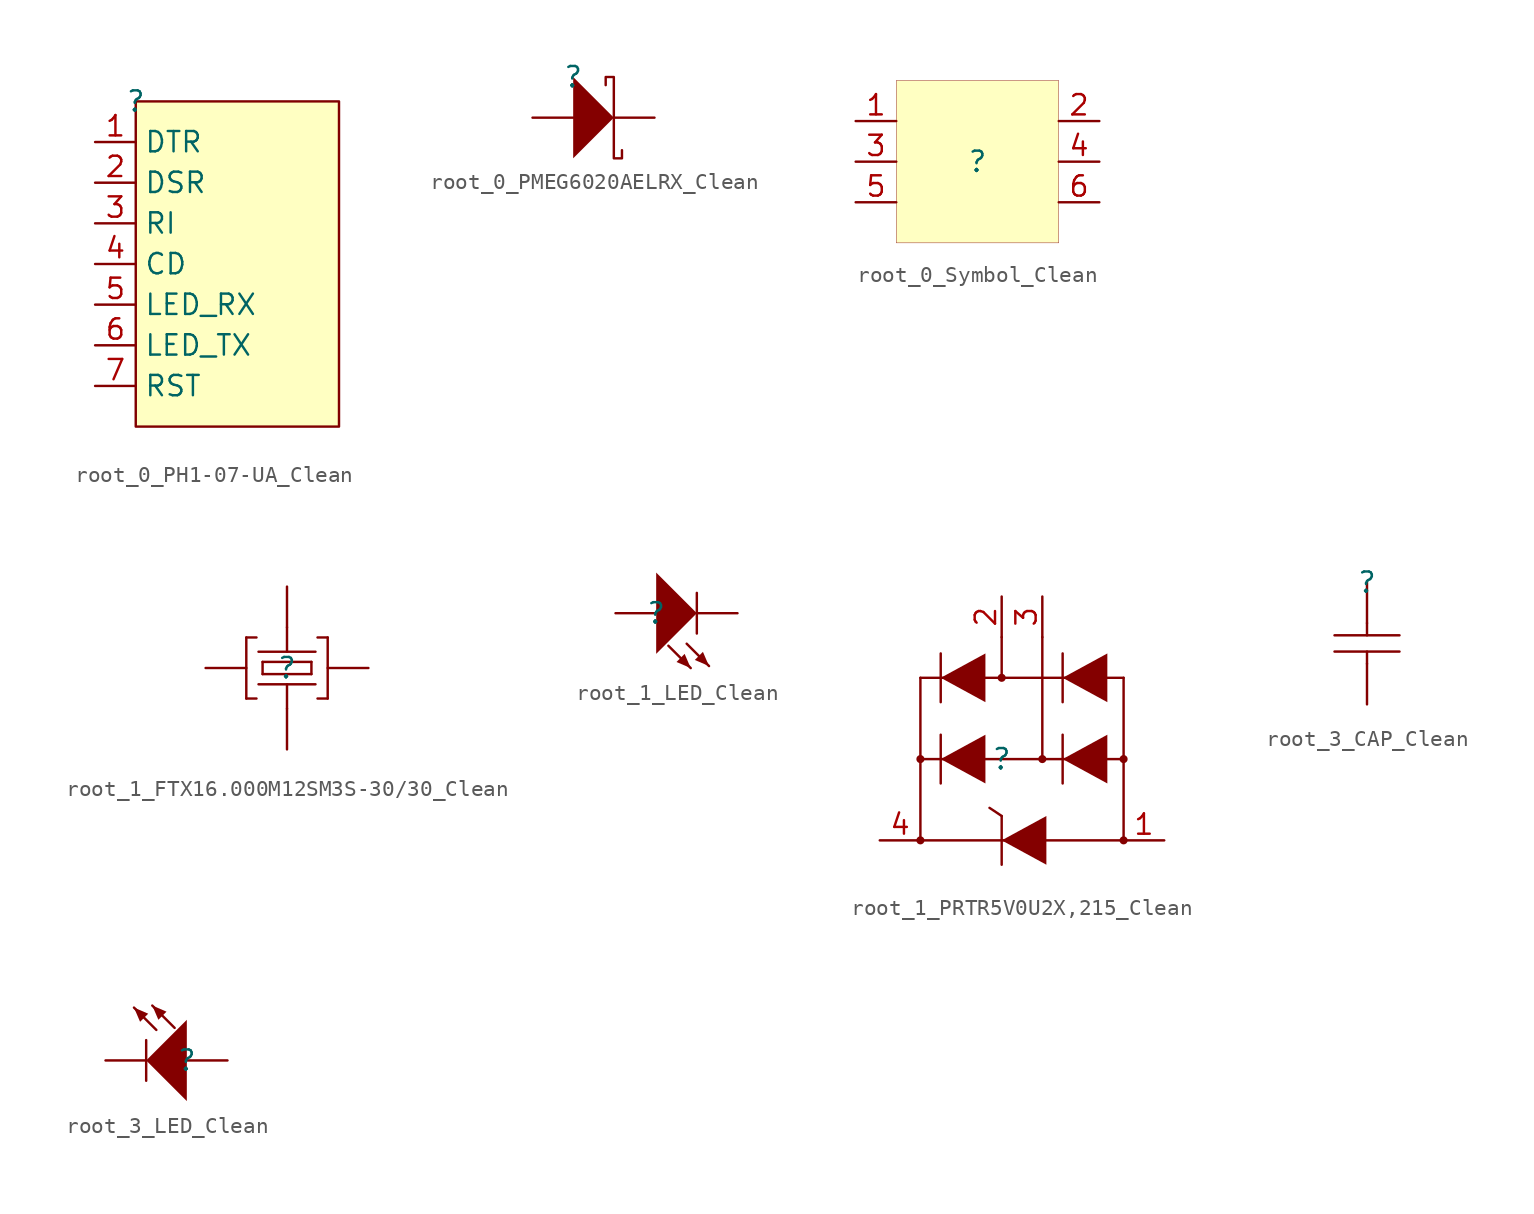
<source format=kicad_sym>
(kicad_symbol_lib
  (version 20241209)
  (generator "kicad_symbol_editor")
  (generator_version "9.0")
  (symbol "root_0_PH1-07-UA_Clean"
    (property "Reference" ""
      (at 0 0 0)
      (effects (font (size 1.27 1.27))))
    (property "Value" ""
      (at 0 0 0)
      (effects (font (size 1.27 1.27))))
    (symbol "root_0_PH1-07-UA_Clean_1_0"
      (rectangle (start 12.7 0) (end 0 -20.32) (stroke (width 0) (type solid) (color 128 0 0 1)) (fill (type background)))
      (pin passive line (at -2.54 -2.54 0) (length 2.54) (name "DTR" (effects (font (size 1.27 1.27)))) (number "1" (effects (font (size 1.27 1.27)))))
      (pin passive line (at -2.54 -5.08 0) (length 2.54) (name "DSR" (effects (font (size 1.27 1.27)))) (number "2" (effects (font (size 1.27 1.27)))))
      (pin passive line (at -2.54 -7.62 0) (length 2.54) (name "RI" (effects (font (size 1.27 1.27)))) (number "3" (effects (font (size 1.27 1.27)))))
      (pin passive line (at -2.54 -10.16 0) (length 2.54) (name "CD" (effects (font (size 1.27 1.27)))) (number "4" (effects (font (size 1.27 1.27)))))
      (pin passive line (at -2.54 -12.7 0) (length 2.54) (name "LED_RX" (effects (font (size 1.27 1.27)))) (number "5" (effects (font (size 1.27 1.27)))))
      (pin passive line (at -2.54 -15.24 0) (length 2.54) (name "LED_TX" (effects (font (size 1.27 1.27)))) (number "6" (effects (font (size 1.27 1.27)))))
      (pin passive line (at -2.54 -17.78 0) (length 2.54) (name "RST" (effects (font (size 1.27 1.27)))) (number "7" (effects (font (size 1.27 1.27)))))))
  (symbol "root_0_PMEG6020AELRX_Clean"
    (pin_numbers
      (hide yes))
    (pin_names
      (hide yes))
    (property "Reference" ""
      (at 0 0 0)
      (effects (font (size 1.27 1.27))))
    (property "Value" ""
      (at 0 0 0)
      (effects (font (size 1.27 1.27))))
    (symbol "root_0_PMEG6020AELRX_Clean_1_0"
      (polyline (pts (xy 0 -5.08) (xy 2.54 -2.54) (xy 0 0) (xy 0 -5.08)) (stroke (width -0.0001) (type solid)) (fill (type outline)))
      (polyline (pts (xy 3.048 -4.572) (xy 3.048 -5.08) (xy 2.54 -5.08) (xy 2.54 0) (xy 2.032 0) (xy 2.032 -0.508)) (stroke (width 0) (type solid)) (fill (type none)))
      (pin passive line (at -2.54 -2.54 0) (length 2.54) (name "A" (effects (font (size 1.27 1.27)))) (number "A" (effects (font (size 1.27 1.27)))))
      (pin passive line (at 5.08 -2.54 180) (length 2.54) (name "C" (effects (font (size 1.27 1.27)))) (number "C" (effects (font (size 1.27 1.27)))))))
  (symbol "root_0_Symbol_Clean"
    (pin_names
      (hide yes))
    (property "Reference" ""
      (at 0 0 0)
      (effects (font (size 1.27 1.27))))
    (property "Value" ""
      (at 0 0 0)
      (effects (font (size 1.27 1.27))))
    (symbol "root_0_Symbol_Clean_1_0"
      (rectangle (start 5.08 5.08) (end -5.08 -5.08) (stroke (width 0.025) (type solid) (color 128 0 0 1)) (fill (type background)))
      (pin passive line (at -7.62 2.54 0) (length 2.54) (name "1" (effects (font (size 1.27 1.27)))) (number "1" (effects (font (size 1.27 1.27)))))
      (pin passive line (at -7.62 0 0) (length 2.54) (name "3" (effects (font (size 1.27 1.27)))) (number "3" (effects (font (size 1.27 1.27)))))
      (pin passive line (at -7.62 -2.54 0) (length 2.54) (name "5" (effects (font (size 1.27 1.27)))) (number "5" (effects (font (size 1.27 1.27)))))
      (pin passive line (at 7.62 2.54 180) (length 2.54) (name "2" (effects (font (size 1.27 1.27)))) (number "2" (effects (font (size 1.27 1.27)))))
      (pin passive line (at 7.62 0 180) (length 2.54) (name "4" (effects (font (size 1.27 1.27)))) (number "4" (effects (font (size 1.27 1.27)))))
      (pin passive line (at 7.62 -2.54 180) (length 2.54) (name "6" (effects (font (size 1.27 1.27)))) (number "6" (effects (font (size 1.27 1.27)))))))
  (symbol "root_1_FTX16.000M12SM3S-30/30_Clean"
    (pin_numbers
      (hide yes))
    (pin_names
      (hide yes))
    (property "Reference" ""
      (at 0 0 0)
      (effects (font (size 1.27 1.27))))
    (property "Value" ""
      (at 0 0 0)
      (effects (font (size 1.27 1.27))))
    (symbol "root_1_FTX16.000M12SM3S-30/30_Clean_1_0"
      (polyline (pts (xy -2.54 1.905) (xy -2.54 -1.905)) (stroke (width 0) (type solid)) (fill (type none)))
      (polyline (pts (xy -2.54 -1.905) (xy -1.905 -1.905)) (stroke (width 0) (type solid)) (fill (type none)))
      (polyline (pts (xy -1.905 1.905) (xy -2.54 1.905)) (stroke (width 0) (type solid)) (fill (type none)))
      (polyline (pts (xy -1.524 0.381) (xy 1.524 0.381)) (stroke (width 0) (type solid)) (fill (type none)))
      (polyline (pts (xy -1.524 -0.381) (xy -1.524 0.381)) (stroke (width 0) (type solid)) (fill (type none)))
      (polyline (pts (xy 0 2.54) (xy 0 1.016)) (stroke (width 0) (type solid)) (fill (type none)))
      (polyline (pts (xy 0 -1.016) (xy 0 -2.54)) (stroke (width 0) (type solid)) (fill (type none)))
      (polyline (pts (xy 1.524 0.381) (xy 1.524 -0.381)) (stroke (width 0) (type solid)) (fill (type none)))
      (polyline (pts (xy 1.524 -0.381) (xy -1.524 -0.381)) (stroke (width 0) (type solid)) (fill (type none)))
      (polyline (pts (xy 1.778 1.016) (xy -1.778 1.016)) (stroke (width 0) (type solid)) (fill (type none)))
      (polyline (pts (xy 1.778 -1.016) (xy -1.778 -1.016)) (stroke (width 0) (type solid)) (fill (type none)))
      (polyline (pts (xy 1.905 1.905) (xy 2.54 1.905)) (stroke (width 0) (type solid)) (fill (type none)))
      (polyline (pts (xy 2.54 1.905) (xy 2.54 -1.905)) (stroke (width 0) (type solid)) (fill (type none)))
      (polyline (pts (xy 2.54 -1.905) (xy 1.905 -1.905)) (stroke (width 0) (type solid)) (fill (type none)))
      (pin passive line (at -5.08 0 0) (length 2.54) (name "4" (effects (font (size 1.27 1.27)))) (number "4" (effects (font (size 1.27 1.27)))))
      (pin passive line (at 0 5.08 270) (length 2.54) (name "3" (effects (font (size 1.27 1.27)))) (number "3" (effects (font (size 1.27 1.27)))))
      (pin passive line (at 0 -5.08 90) (length 2.54) (name "1" (effects (font (size 1.27 1.27)))) (number "1" (effects (font (size 1.27 1.27)))))
      (pin passive line (at 5.08 0 180) (length 2.54) (name "2" (effects (font (size 1.27 1.27)))) (number "2" (effects (font (size 1.27 1.27)))))))
  (symbol "root_1_LED_Clean"
    (pin_numbers
      (hide yes))
    (pin_names
      (hide yes))
    (property "Reference" ""
      (at 0 0 0)
      (effects (font (size 1.27 1.27))))
    (property "Value" ""
      (at 0 0 0)
      (effects (font (size 1.27 1.27))))
    (symbol "root_1_LED_Clean_1_0"
      (polyline (pts (xy 0 -2.54) (xy 0 2.54) (xy 2.54 0) (xy 0 -2.54)) (stroke (width -0.0001) (type solid)) (fill (type outline)))
      (polyline (pts (xy 2.159 -3.429) (xy 0.762 -2.032)) (stroke (width 0) (type solid)) (fill (type none)))
      (polyline (pts (xy 2.159 -3.429) (xy 1.27 -3.048) (xy 1.778 -2.54) (xy 2.159 -3.429)) (stroke (width -0.0001) (type solid)) (fill (type outline)))
      (polyline (pts (xy 2.54 0) (xy 2.54 1.27)) (stroke (width 0) (type solid)) (fill (type none)))
      (polyline (pts (xy 2.54 -1.27) (xy 2.54 0)) (stroke (width 0) (type solid)) (fill (type none)))
      (polyline (pts (xy 3.302 -3.302) (xy 1.905 -1.905)) (stroke (width 0) (type solid)) (fill (type none)))
      (polyline (pts (xy 3.302 -3.302) (xy 2.413 -2.921) (xy 2.921 -2.413) (xy 3.302 -3.302)) (stroke (width -0.0001) (type solid)) (fill (type outline)))
      (pin passive line (at -2.54 0 0) (length 2.54) (name "A" (effects (font (size 1.27 1.27)))) (number "A" (effects (font (size 1.27 1.27)))))
      (pin passive line (at 5.08 0 180) (length 2.54) (name "C" (effects (font (size 1.27 1.27)))) (number "C" (effects (font (size 1.27 1.27)))))))
  (symbol "root_1_PRTR5V0U2X,215_Clean"
    (pin_names
      (hide yes))
    (property "Reference" ""
      (at 0 0 0)
      (effects (font (size 1.27 1.27))))
    (property "Value" ""
      (at 0 0 0)
      (effects (font (size 1.27 1.27))))
    (symbol "root_1_PRTR5V0U2X,215_Clean_1_0"
      (polyline (pts (xy -5.08 5.08) (xy -5.08 -5.08)) (stroke (width 0) (type solid)) (fill (type none)))
      (polyline (pts (xy -5.08 5.08) (xy 7.62 5.08)) (stroke (width 0) (type solid)) (fill (type none)))
      (circle (center -5.08 0) (radius 0.102) (stroke (width 0) (type solid)) (fill (type outline)))
      (circle (center -5.08 0) (radius 0.178) (stroke (width 0) (type solid)) (fill (type outline)))
      (polyline (pts (xy -5.08 0) (xy 7.62 0)) (stroke (width 0) (type solid)) (fill (type none)))
      (circle (center -5.08 -5.08) (radius 0.102) (stroke (width 0) (type solid)) (fill (type outline)))
      (circle (center -5.08 -5.08) (radius 0.178) (stroke (width 0) (type solid)) (fill (type outline)))
      (polyline (pts (xy -3.81 6.604) (xy -3.81 3.556)) (stroke (width 0) (type solid)) (fill (type none)))
      (polyline (pts (xy -3.81 5.08) (xy -1.016 3.556) (xy -1.016 6.604) (xy -3.81 5.08)) (stroke (width -0.0001) (type solid)) (fill (type outline)))
      (polyline (pts (xy -3.81 1.524) (xy -3.81 -1.524)) (stroke (width 0) (type solid)) (fill (type none)))
      (polyline (pts (xy -3.81 0) (xy -1.016 -1.524) (xy -1.016 1.524) (xy -3.81 0)) (stroke (width -0.0001) (type solid)) (fill (type outline)))
      (polyline (pts (xy 0 7.62) (xy 0 5.08)) (stroke (width 0) (type solid)) (fill (type none)))
      (circle (center 0 5.08) (radius 0.102) (stroke (width 0) (type solid)) (fill (type outline)))
      (circle (center 0 5.08) (radius 0.178) (stroke (width 0) (type solid)) (fill (type outline)))
      (polyline (pts (xy 0 -3.556) (xy -0.762 -3.048)) (stroke (width 0) (type solid)) (fill (type none)))
      (polyline (pts (xy 0 -3.556) (xy 0 -6.604)) (stroke (width 0) (type solid)) (fill (type none)))
      (polyline (pts (xy 0 -5.08) (xy 2.794 -6.604) (xy 2.794 -3.556) (xy 0 -5.08)) (stroke (width -0.0001) (type solid)) (fill (type outline)))
      (polyline (pts (xy 2.54 7.62) (xy 2.54 0)) (stroke (width 0) (type solid)) (fill (type none)))
      (circle (center 2.54 0) (radius 0.102) (stroke (width 0) (type solid)) (fill (type outline)))
      (circle (center 2.54 0) (radius 0.178) (stroke (width 0) (type solid)) (fill (type outline)))
      (polyline (pts (xy 3.81 6.604) (xy 3.81 3.556)) (stroke (width 0) (type solid)) (fill (type none)))
      (polyline (pts (xy 3.81 5.08) (xy 6.604 3.556) (xy 6.604 6.604) (xy 3.81 5.08)) (stroke (width -0.0001) (type solid)) (fill (type outline)))
      (polyline (pts (xy 3.81 1.524) (xy 3.81 -1.524)) (stroke (width 0) (type solid)) (fill (type none)))
      (polyline (pts (xy 3.81 0) (xy 6.604 -1.524) (xy 6.604 1.524) (xy 3.81 0)) (stroke (width -0.0001) (type solid)) (fill (type outline)))
      (polyline (pts (xy 7.62 5.08) (xy 7.62 -5.08)) (stroke (width 0) (type solid)) (fill (type none)))
      (circle (center 7.62 0) (radius 0.102) (stroke (width 0) (type solid)) (fill (type outline)))
      (circle (center 7.62 0) (radius 0.178) (stroke (width 0) (type solid)) (fill (type outline)))
      (polyline (pts (xy 7.62 -5.08) (xy -5.08 -5.08)) (stroke (width 0) (type solid)) (fill (type none)))
      (circle (center 7.62 -5.08) (radius 0.102) (stroke (width 0) (type solid)) (fill (type outline)))
      (circle (center 7.62 -5.08) (radius 0.178) (stroke (width 0) (type solid)) (fill (type outline)))
      (pin passive line (at -7.62 -5.08 0) (length 2.54) (name "4" (effects (font (size 1.27 1.27)))) (number "4" (effects (font (size 1.27 1.27)))))
      (pin passive line (at 0 10.16 270) (length 2.54) (name "2" (effects (font (size 1.27 1.27)))) (number "2" (effects (font (size 1.27 1.27)))))
      (pin passive line (at 2.54 10.16 270) (length 2.54) (name "3" (effects (font (size 1.27 1.27)))) (number "3" (effects (font (size 1.27 1.27)))))
      (pin passive line (at 10.16 -5.08 180) (length 2.54) (name "1" (effects (font (size 1.27 1.27)))) (number "1" (effects (font (size 1.27 1.27)))))))
  (symbol "root_3_CAP_Clean"
    (pin_numbers
      (hide yes))
    (pin_names
      (hide yes))
    (property "Reference" ""
      (at 0 0 0)
      (effects (font (size 1.27 1.27))))
    (property "Value" ""
      (at 0 0 0)
      (effects (font (size 1.27 1.27))))
    (symbol "root_3_CAP_Clean_1_0"
      (polyline (pts (xy -2.032 -3.302) (xy 2.032 -3.302)) (stroke (width 0) (type solid)) (fill (type none)))
      (polyline (pts (xy 0 -2.54) (xy 0 -3.302)) (stroke (width 0) (type solid)) (fill (type none)))
      (polyline (pts (xy 0 -5.08) (xy 0 -4.318)) (stroke (width 0) (type solid)) (fill (type none)))
      (polyline (pts (xy 2.032 -4.318) (xy -2.032 -4.318)) (stroke (width 0) (type solid)) (fill (type none)))
      (pin passive line (at 0 0 270) (length 2.54) (name "1" (effects (font (size 1.27 1.27)))) (number "1" (effects (font (size 1.27 1.27)))))
      (pin passive line (at 0 -7.62 90) (length 2.54) (name "2" (effects (font (size 1.27 1.27)))) (number "2" (effects (font (size 1.27 1.27)))))))
  (symbol "root_3_LED_Clean"
    (pin_numbers
      (hide yes))
    (pin_names
      (hide yes))
    (property "Reference" ""
      (at 0 0 0)
      (effects (font (size 1.27 1.27))))
    (property "Value" ""
      (at 0 0 0)
      (effects (font (size 1.27 1.27))))
    (symbol "root_3_LED_Clean_1_0"
      (polyline (pts (xy -3.302 3.302) (xy -1.905 1.905)) (stroke (width 0) (type solid)) (fill (type none)))
      (polyline (pts (xy -3.302 3.302) (xy -2.413 2.921) (xy -2.921 2.413) (xy -3.302 3.302)) (stroke (width -0.0001) (type solid)) (fill (type outline)))
      (polyline (pts (xy -2.54 1.27) (xy -2.54 0)) (stroke (width 0) (type solid)) (fill (type none)))
      (polyline (pts (xy -2.54 0) (xy -2.54 -1.27)) (stroke (width 0) (type solid)) (fill (type none)))
      (polyline (pts (xy -2.159 3.429) (xy -0.762 2.032)) (stroke (width 0) (type solid)) (fill (type none)))
      (polyline (pts (xy -2.159 3.429) (xy -1.27 3.048) (xy -1.778 2.54) (xy -2.159 3.429)) (stroke (width -0.0001) (type solid)) (fill (type outline)))
      (polyline (pts (xy 0 2.54) (xy 0 -2.54) (xy -2.54 0) (xy 0 2.54)) (stroke (width -0.0001) (type solid)) (fill (type outline)))
      (pin passive line (at -5.08 0 0) (length 2.54) (name "C" (effects (font (size 1.27 1.27)))) (number "C" (effects (font (size 1.27 1.27)))))
      (pin passive line (at 2.54 0 180) (length 2.54) (name "A" (effects (font (size 1.27 1.27)))) (number "A" (effects (font (size 1.27 1.27))))))))
</source>
